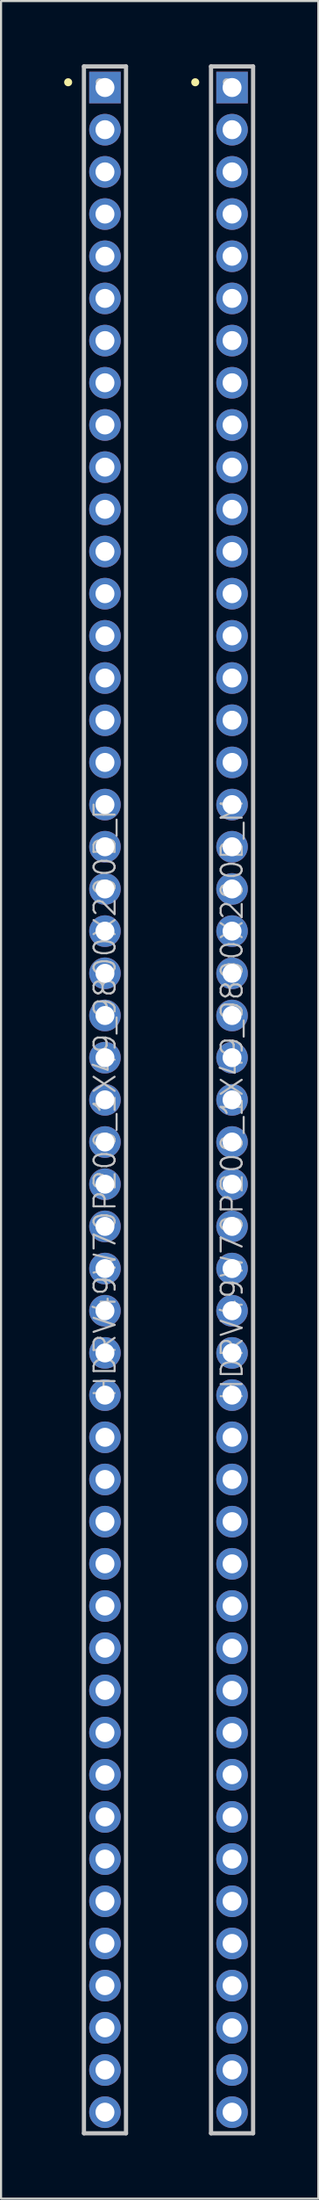
<source format=kicad_pcb>
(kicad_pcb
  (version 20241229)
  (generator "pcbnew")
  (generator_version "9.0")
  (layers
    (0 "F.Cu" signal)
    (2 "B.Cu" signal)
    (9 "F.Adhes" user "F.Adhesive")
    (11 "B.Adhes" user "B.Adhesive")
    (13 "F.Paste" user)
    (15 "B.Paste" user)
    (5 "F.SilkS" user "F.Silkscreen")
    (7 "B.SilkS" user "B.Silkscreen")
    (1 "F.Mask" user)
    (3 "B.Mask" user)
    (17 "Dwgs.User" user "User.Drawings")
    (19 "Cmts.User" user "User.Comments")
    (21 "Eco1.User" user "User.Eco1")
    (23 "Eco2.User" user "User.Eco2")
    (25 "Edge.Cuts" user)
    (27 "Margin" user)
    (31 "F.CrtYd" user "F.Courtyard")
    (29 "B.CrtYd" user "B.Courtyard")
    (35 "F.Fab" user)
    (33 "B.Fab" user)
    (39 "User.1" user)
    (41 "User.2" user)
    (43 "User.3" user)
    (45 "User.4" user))
  (footprint "HDRV49W70P200_1X49_9800X200B_M"
    (layer "F.Cu")
    (at 7.981 49.1)
    (property "Reference" "HDRV49W70P200_1X49_9800X200B_M" (at 0 0 90) (layer "Dwgs.User") (effects (font (size 1 1) (thickness 0.1))))
    (attr through_hole)
    (fp_line (start -1.75 -48.25) (end -1.75 -48.25) (stroke (width 0.381) (type solid)) (layer "F.SilkS"))
    (fp_line (start -1 -49) (end -1 49) (stroke (width 0.2) (type solid)) (layer "Dwgs.User"))
    (fp_line (start -1 -49) (end 1 -49) (stroke (width 0.2) (type solid)) (layer "Dwgs.User"))
    (fp_line (start -1 49) (end 1 49) (stroke (width 0.2) (type solid)) (layer "Dwgs.User"))
    (fp_line (start -0.25 -48.25) (end -0.25 -48.25) (stroke (width 0.381) (type solid)) (layer "Dwgs.User"))
    (fp_line (start 1 -49) (end 1 49) (stroke (width 0.2) (type solid)) (layer "Dwgs.User"))
    (pad "1" thru_hole rect (at 0 -48) (size 1.5 1.5) (drill 0.9) (layers "*.Cu" "*.Mask"))
    (pad "2" thru_hole circle (at 0 -46 270) (size 1.5 1.5) (drill 0.9) (layers "*.Cu" "*.Mask"))
    (pad "3" thru_hole circle (at 0 -44 270) (size 1.5 1.5) (drill 0.9) (layers "*.Cu" "*.Mask"))
    (pad "4" thru_hole circle (at 0 -42 270) (size 1.5 1.5) (drill 0.9) (layers "*.Cu" "*.Mask"))
    (pad "5" thru_hole circle (at 0 -40 270) (size 1.5 1.5) (drill 0.9) (layers "*.Cu" "*.Mask"))
    (pad "6" thru_hole circle (at 0 -38 270) (size 1.5 1.5) (drill 0.9) (layers "*.Cu" "*.Mask"))
    (pad "7" thru_hole circle (at 0 -36 270) (size 1.5 1.5) (drill 0.9) (layers "*.Cu" "*.Mask"))
    (pad "8" thru_hole circle (at 0 -34 270) (size 1.5 1.5) (drill 0.9) (layers "*.Cu" "*.Mask"))
    (pad "9" thru_hole circle (at 0 -32 270) (size 1.5 1.5) (drill 0.9) (layers "*.Cu" "*.Mask"))
    (pad "10" thru_hole circle (at 0 -30 270) (size 1.5 1.5) (drill 0.9) (layers "*.Cu" "*.Mask"))
    (pad "11" thru_hole circle (at 0 -28 270) (size 1.5 1.5) (drill 0.9) (layers "*.Cu" "*.Mask"))
    (pad "12" thru_hole circle (at 0 -26 270) (size 1.5 1.5) (drill 0.9) (layers "*.Cu" "*.Mask"))
    (pad "13" thru_hole circle (at 0 -24 270) (size 1.5 1.5) (drill 0.9) (layers "*.Cu" "*.Mask"))
    (pad "14" thru_hole circle (at 0 -22 270) (size 1.5 1.5) (drill 0.9) (layers "*.Cu" "*.Mask"))
    (pad "15" thru_hole circle (at 0 -20 270) (size 1.5 1.5) (drill 0.9) (layers "*.Cu" "*.Mask"))
    (pad "16" thru_hole circle (at 0 -18 270) (size 1.5 1.5) (drill 0.9) (layers "*.Cu" "*.Mask"))
    (pad "17" thru_hole circle (at 0 -16 270) (size 1.5 1.5) (drill 0.9) (layers "*.Cu" "*.Mask"))
    (pad "18" thru_hole circle (at 0 -14 270) (size 1.5 1.5) (drill 0.9) (layers "*.Cu" "*.Mask"))
    (pad "19" thru_hole circle (at 0 -12 270) (size 1.5 1.5) (drill 0.9) (layers "*.Cu" "*.Mask"))
    (pad "20" thru_hole circle (at 0 -10 270) (size 1.5 1.5) (drill 0.9) (layers "*.Cu" "*.Mask"))
    (pad "21" thru_hole circle (at 0 -8 270) (size 1.5 1.5) (drill 0.9) (layers "*.Cu" "*.Mask"))
    (pad "22" thru_hole circle (at 0 -6 270) (size 1.5 1.5) (drill 0.9) (layers "*.Cu" "*.Mask"))
    (pad "23" thru_hole circle (at 0 -4 270) (size 1.5 1.5) (drill 0.9) (layers "*.Cu" "*.Mask"))
    (pad "24" thru_hole circle (at 0 -2 270) (size 1.5 1.5) (drill 0.9) (layers "*.Cu" "*.Mask"))
    (pad "25" thru_hole circle (at 0 0 270) (size 1.5 1.5) (drill 0.9) (layers "*.Cu" "*.Mask"))
    (pad "26" thru_hole circle (at 0 2 270) (size 1.5 1.5) (drill 0.9) (layers "*.Cu" "*.Mask"))
    (pad "27" thru_hole circle (at 0 4 270) (size 1.5 1.5) (drill 0.9) (layers "*.Cu" "*.Mask"))
    (pad "28" thru_hole circle (at 0 6 270) (size 1.5 1.5) (drill 0.9) (layers "*.Cu" "*.Mask"))
    (pad "29" thru_hole circle (at 0 8 270) (size 1.5 1.5) (drill 0.9) (layers "*.Cu" "*.Mask"))
    (pad "30" thru_hole circle (at 0 10 270) (size 1.5 1.5) (drill 0.9) (layers "*.Cu" "*.Mask"))
    (pad "31" thru_hole circle (at 0 12 270) (size 1.5 1.5) (drill 0.9) (layers "*.Cu" "*.Mask"))
    (pad "32" thru_hole circle (at 0 14 270) (size 1.5 1.5) (drill 0.9) (layers "*.Cu" "*.Mask"))
    (pad "33" thru_hole circle (at 0 16 270) (size 1.5 1.5) (drill 0.9) (layers "*.Cu" "*.Mask"))
    (pad "34" thru_hole circle (at 0 18 270) (size 1.5 1.5) (drill 0.9) (layers "*.Cu" "*.Mask"))
    (pad "35" thru_hole circle (at 0 20 270) (size 1.5 1.5) (drill 0.9) (layers "*.Cu" "*.Mask"))
    (pad "36" thru_hole circle (at 0 22 270) (size 1.5 1.5) (drill 0.9) (layers "*.Cu" "*.Mask"))
    (pad "37" thru_hole circle (at 0 24 270) (size 1.5 1.5) (drill 0.9) (layers "*.Cu" "*.Mask"))
    (pad "38" thru_hole circle (at 0 26 270) (size 1.5 1.5) (drill 0.9) (layers "*.Cu" "*.Mask"))
    (pad "39" thru_hole circle (at 0 28 270) (size 1.5 1.5) (drill 0.9) (layers "*.Cu" "*.Mask"))
    (pad "40" thru_hole circle (at 0 30 270) (size 1.5 1.5) (drill 0.9) (layers "*.Cu" "*.Mask"))
    (pad "41" thru_hole circle (at 0 32 270) (size 1.5 1.5) (drill 0.9) (layers "*.Cu" "*.Mask"))
    (pad "42" thru_hole circle (at 0 34 270) (size 1.5 1.5) (drill 0.9) (layers "*.Cu" "*.Mask"))
    (pad "43" thru_hole circle (at 0 36 270) (size 1.5 1.5) (drill 0.9) (layers "*.Cu" "*.Mask"))
    (pad "44" thru_hole circle (at 0 38 270) (size 1.5 1.5) (drill 0.9) (layers "*.Cu" "*.Mask"))
    (pad "45" thru_hole circle (at 0 40 270) (size 1.5 1.5) (drill 0.9) (layers "*.Cu" "*.Mask"))
    (pad "46" thru_hole circle (at 0 42 270) (size 1.5 1.5) (drill 0.9) (layers "*.Cu" "*.Mask"))
    (pad "47" thru_hole circle (at 0 44 270) (size 1.5 1.5) (drill 0.9) (layers "*.Cu" "*.Mask"))
    (pad "48" thru_hole circle (at 0 46 270) (size 1.5 1.5) (drill 0.9) (layers "*.Cu" "*.Mask"))
    (pad "49" thru_hole circle (at 0 48 270) (size 1.5 1.5) (drill 0.9) (layers "*.Cu" "*.Mask")))
  (footprint "HDRV49W70P200_1X49_9800X200B_F"
    (layer "F.Cu")
    (at 1.94 49.1)
    (property "Reference" "HDRV49W70P200_1X49_9800X200B_F" (at 0 0 90) (layer "Dwgs.User") (effects (font (size 1 1) (thickness 0.1))))
    (attr through_hole)
    (fp_line (start -1.75 -48.25) (end -1.75 -48.25) (stroke (width 0.381) (type solid)) (layer "F.SilkS"))
    (fp_line (start -1 -49) (end -1 49) (stroke (width 0.2) (type solid)) (layer "Dwgs.User"))
    (fp_line (start -1 -49) (end 1 -49) (stroke (width 0.2) (type solid)) (layer "Dwgs.User"))
    (fp_line (start -1 49) (end 1 49) (stroke (width 0.2) (type solid)) (layer "Dwgs.User"))
    (fp_line (start -0.25 -48.25) (end -0.25 -48.25) (stroke (width 0.381) (type solid)) (layer "Dwgs.User"))
    (fp_line (start 1 -49) (end 1 49) (stroke (width 0.2) (type solid)) (layer "Dwgs.User"))
    (pad "1" thru_hole rect (at 0 -48) (size 1.5 1.5) (drill 0.9) (layers "*.Cu" "*.Mask"))
    (pad "2" thru_hole circle (at 0 -46 270) (size 1.5 1.5) (drill 0.9) (layers "*.Cu" "*.Mask"))
    (pad "3" thru_hole circle (at 0 -44 270) (size 1.5 1.5) (drill 0.9) (layers "*.Cu" "*.Mask"))
    (pad "4" thru_hole circle (at 0 -42 270) (size 1.5 1.5) (drill 0.9) (layers "*.Cu" "*.Mask"))
    (pad "5" thru_hole circle (at 0 -40 270) (size 1.5 1.5) (drill 0.9) (layers "*.Cu" "*.Mask"))
    (pad "6" thru_hole circle (at 0 -38 270) (size 1.5 1.5) (drill 0.9) (layers "*.Cu" "*.Mask"))
    (pad "7" thru_hole circle (at 0 -36 270) (size 1.5 1.5) (drill 0.9) (layers "*.Cu" "*.Mask"))
    (pad "8" thru_hole circle (at 0 -34 270) (size 1.5 1.5) (drill 0.9) (layers "*.Cu" "*.Mask"))
    (pad "9" thru_hole circle (at 0 -32 270) (size 1.5 1.5) (drill 0.9) (layers "*.Cu" "*.Mask"))
    (pad "10" thru_hole circle (at 0 -30 270) (size 1.5 1.5) (drill 0.9) (layers "*.Cu" "*.Mask"))
    (pad "11" thru_hole circle (at 0 -28 270) (size 1.5 1.5) (drill 0.9) (layers "*.Cu" "*.Mask"))
    (pad "12" thru_hole circle (at 0 -26 270) (size 1.5 1.5) (drill 0.9) (layers "*.Cu" "*.Mask"))
    (pad "13" thru_hole circle (at 0 -24 270) (size 1.5 1.5) (drill 0.9) (layers "*.Cu" "*.Mask"))
    (pad "14" thru_hole circle (at 0 -22 270) (size 1.5 1.5) (drill 0.9) (layers "*.Cu" "*.Mask"))
    (pad "15" thru_hole circle (at 0 -20 270) (size 1.5 1.5) (drill 0.9) (layers "*.Cu" "*.Mask"))
    (pad "16" thru_hole circle (at 0 -18 270) (size 1.5 1.5) (drill 0.9) (layers "*.Cu" "*.Mask"))
    (pad "17" thru_hole circle (at 0 -16 270) (size 1.5 1.5) (drill 0.9) (layers "*.Cu" "*.Mask"))
    (pad "18" thru_hole circle (at 0 -14 270) (size 1.5 1.5) (drill 0.9) (layers "*.Cu" "*.Mask"))
    (pad "19" thru_hole circle (at 0 -12 270) (size 1.5 1.5) (drill 0.9) (layers "*.Cu" "*.Mask"))
    (pad "20" thru_hole circle (at 0 -10 270) (size 1.5 1.5) (drill 0.9) (layers "*.Cu" "*.Mask"))
    (pad "21" thru_hole circle (at 0 -8 270) (size 1.5 1.5) (drill 0.9) (layers "*.Cu" "*.Mask"))
    (pad "22" thru_hole circle (at 0 -6 270) (size 1.5 1.5) (drill 0.9) (layers "*.Cu" "*.Mask"))
    (pad "23" thru_hole circle (at 0 -4 270) (size 1.5 1.5) (drill 0.9) (layers "*.Cu" "*.Mask"))
    (pad "24" thru_hole circle (at 0 -2 270) (size 1.5 1.5) (drill 0.9) (layers "*.Cu" "*.Mask"))
    (pad "25" thru_hole circle (at 0 0 270) (size 1.5 1.5) (drill 0.9) (layers "*.Cu" "*.Mask"))
    (pad "26" thru_hole circle (at 0 2 270) (size 1.5 1.5) (drill 0.9) (layers "*.Cu" "*.Mask"))
    (pad "27" thru_hole circle (at 0 4 270) (size 1.5 1.5) (drill 0.9) (layers "*.Cu" "*.Mask"))
    (pad "28" thru_hole circle (at 0 6 270) (size 1.5 1.5) (drill 0.9) (layers "*.Cu" "*.Mask"))
    (pad "29" thru_hole circle (at 0 8 270) (size 1.5 1.5) (drill 0.9) (layers "*.Cu" "*.Mask"))
    (pad "30" thru_hole circle (at 0 10 270) (size 1.5 1.5) (drill 0.9) (layers "*.Cu" "*.Mask"))
    (pad "31" thru_hole circle (at 0 12 270) (size 1.5 1.5) (drill 0.9) (layers "*.Cu" "*.Mask"))
    (pad "32" thru_hole circle (at 0 14 270) (size 1.5 1.5) (drill 0.9) (layers "*.Cu" "*.Mask"))
    (pad "33" thru_hole circle (at 0 16 270) (size 1.5 1.5) (drill 0.9) (layers "*.Cu" "*.Mask"))
    (pad "34" thru_hole circle (at 0 18 270) (size 1.5 1.5) (drill 0.9) (layers "*.Cu" "*.Mask"))
    (pad "35" thru_hole circle (at 0 20 270) (size 1.5 1.5) (drill 0.9) (layers "*.Cu" "*.Mask"))
    (pad "36" thru_hole circle (at 0 22 270) (size 1.5 1.5) (drill 0.9) (layers "*.Cu" "*.Mask"))
    (pad "37" thru_hole circle (at 0 24 270) (size 1.5 1.5) (drill 0.9) (layers "*.Cu" "*.Mask"))
    (pad "38" thru_hole circle (at 0 26 270) (size 1.5 1.5) (drill 0.9) (layers "*.Cu" "*.Mask"))
    (pad "39" thru_hole circle (at 0 28 270) (size 1.5 1.5) (drill 0.9) (layers "*.Cu" "*.Mask"))
    (pad "40" thru_hole circle (at 0 30 270) (size 1.5 1.5) (drill 0.9) (layers "*.Cu" "*.Mask"))
    (pad "41" thru_hole circle (at 0 32 270) (size 1.5 1.5) (drill 0.9) (layers "*.Cu" "*.Mask"))
    (pad "42" thru_hole circle (at 0 34 270) (size 1.5 1.5) (drill 0.9) (layers "*.Cu" "*.Mask"))
    (pad "43" thru_hole circle (at 0 36 270) (size 1.5 1.5) (drill 0.9) (layers "*.Cu" "*.Mask"))
    (pad "44" thru_hole circle (at 0 38 270) (size 1.5 1.5) (drill 0.9) (layers "*.Cu" "*.Mask"))
    (pad "45" thru_hole circle (at 0 40 270) (size 1.5 1.5) (drill 0.9) (layers "*.Cu" "*.Mask"))
    (pad "46" thru_hole circle (at 0 42 270) (size 1.5 1.5) (drill 0.9) (layers "*.Cu" "*.Mask"))
    (pad "47" thru_hole circle (at 0 44 270) (size 1.5 1.5) (drill 0.9) (layers "*.Cu" "*.Mask"))
    (pad "48" thru_hole circle (at 0 46 270) (size 1.5 1.5) (drill 0.9) (layers "*.Cu" "*.Mask"))
    (pad "49" thru_hole circle (at 0 48 270) (size 1.5 1.5) (drill 0.9) (layers "*.Cu" "*.Mask")))
  (gr_rect
    (start -3 -3)
    (end 12.081 101.2)
    (stroke (width 0.1) (type default))
    (fill no)
    (layer "Edge.Cuts")))
</source>
